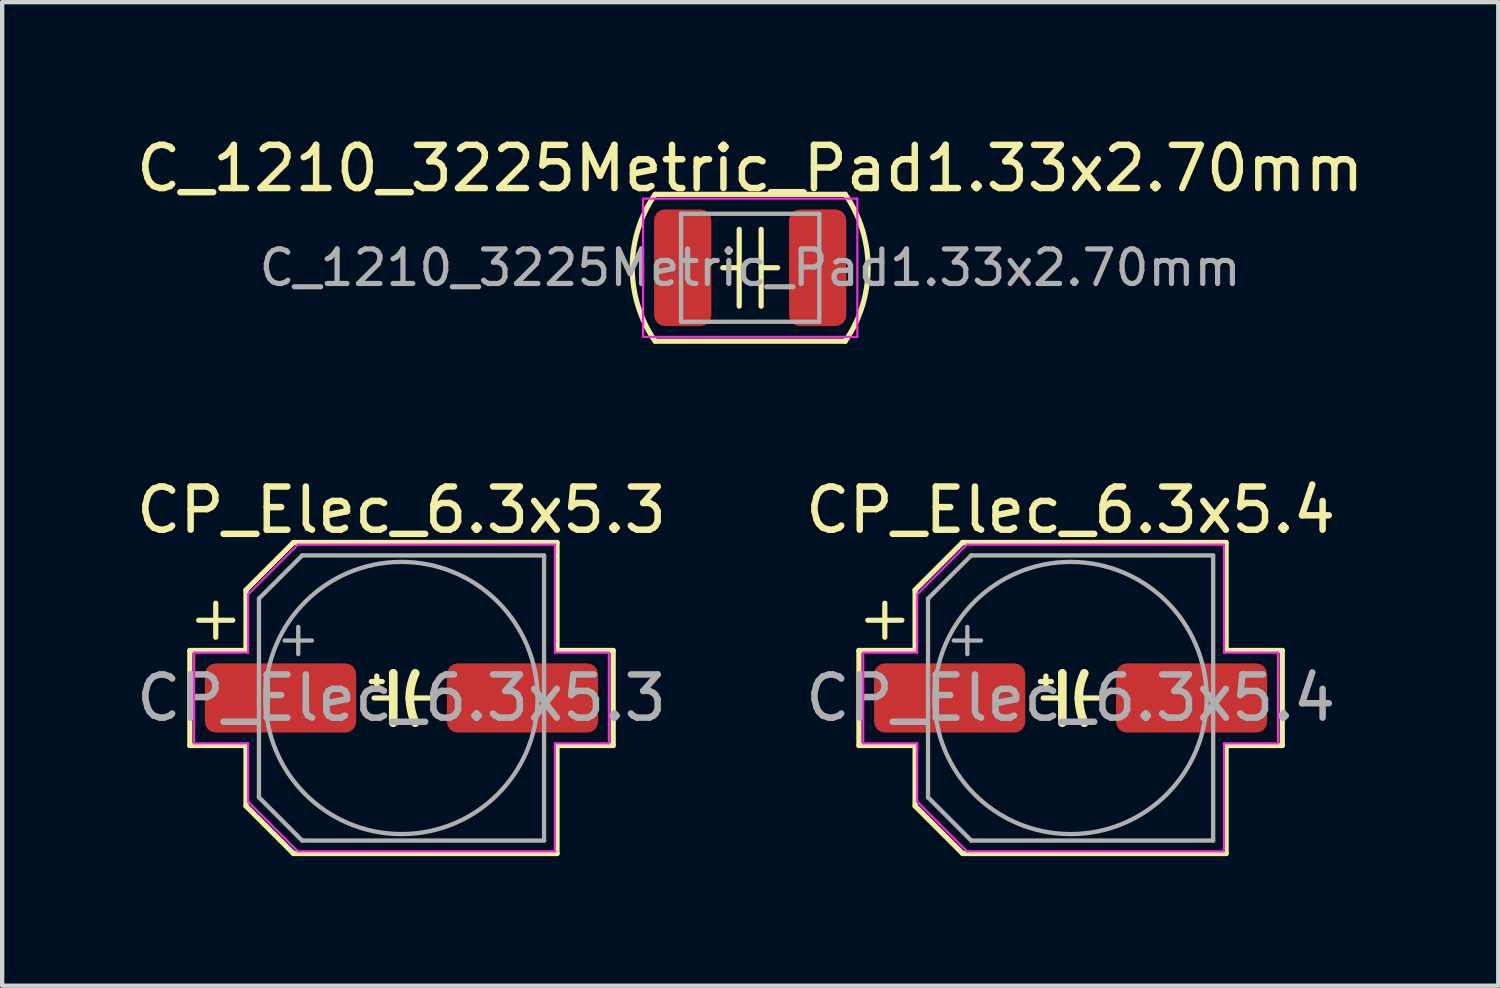
<source format=kicad_pcb>
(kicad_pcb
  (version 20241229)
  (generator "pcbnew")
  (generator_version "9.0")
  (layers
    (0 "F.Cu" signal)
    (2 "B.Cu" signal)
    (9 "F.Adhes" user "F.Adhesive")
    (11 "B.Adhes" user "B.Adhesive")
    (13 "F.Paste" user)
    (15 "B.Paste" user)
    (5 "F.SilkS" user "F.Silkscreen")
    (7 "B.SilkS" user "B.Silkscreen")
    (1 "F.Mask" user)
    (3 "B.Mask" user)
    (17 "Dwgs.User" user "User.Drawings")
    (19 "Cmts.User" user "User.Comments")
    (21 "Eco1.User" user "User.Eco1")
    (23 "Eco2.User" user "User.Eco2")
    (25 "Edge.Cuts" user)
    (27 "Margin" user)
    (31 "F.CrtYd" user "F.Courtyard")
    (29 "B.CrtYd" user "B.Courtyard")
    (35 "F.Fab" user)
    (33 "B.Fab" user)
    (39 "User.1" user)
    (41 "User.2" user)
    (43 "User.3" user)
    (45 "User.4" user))
  (footprint "CP_Elec_6.3x5.3"
    (layer "F.Cu")
    (at 6.244 13.107)
    (property "Reference" "CP_Elec_6.3x5.3" (at 0 -4.35 0) (layer "F.SilkS") (effects (font (size 1 1) (thickness 0.15))))
    (attr smd)
    (fp_line (start -4.9 -1.1) (end -4.9 1.1) (stroke (width 0.12) (type solid)) (layer "F.SilkS"))
    (fp_line (start -4.9 1.1) (end -3.6 1.1) (stroke (width 0.12) (type solid)) (layer "F.SilkS"))
    (fp_line (start -4.694 -1.8) (end -3.906 -1.8) (stroke (width 0.12) (type solid)) (layer "F.SilkS"))
    (fp_line (start -4.3 -2.194) (end -4.3 -1.406) (stroke (width 0.12) (type solid)) (layer "F.SilkS"))
    (fp_line (start -3.6 -2.5) (end -3.6 -1.1) (stroke (width 0.12) (type solid)) (layer "F.SilkS"))
    (fp_line (start -3.6 -1.1) (end -4.9 -1.1) (stroke (width 0.12) (type solid)) (layer "F.SilkS"))
    (fp_line (start -3.6 1.1) (end -3.6 2.5) (stroke (width 0.12) (type solid)) (layer "F.SilkS"))
    (fp_line (start -3.6 2.5) (end -2.5 3.6) (stroke (width 0.12) (type solid)) (layer "F.SilkS"))
    (fp_line (start -2.5 -3.6) (end -3.6 -2.5) (stroke (width 0.12) (type solid)) (layer "F.SilkS"))
    (fp_line (start -2.5 3.6) (end 3.6 3.6) (stroke (width 0.12) (type solid)) (layer "F.SilkS"))
    (fp_line (start -0.699 -0.381) (end -0.445 -0.381) (stroke (width 0.12) (type solid)) (layer "F.SilkS"))
    (fp_line (start -0.635 0) (end -0.191 0) (stroke (width 0.12) (type solid)) (layer "F.SilkS"))
    (fp_line (start -0.572 -0.508) (end -0.572 -0.254) (stroke (width 0.12) (type solid)) (layer "F.SilkS"))
    (fp_line (start -0.191 -0.572) (end -0.191 0.572) (stroke (width 0.2) (type solid)) (layer "F.SilkS"))
    (fp_line (start 0.635 0) (end 0.191 0) (stroke (width 0.12) (type solid)) (layer "F.SilkS"))
    (fp_line (start 3.6 -3.6) (end -2.5 -3.6) (stroke (width 0.12) (type solid)) (layer "F.SilkS"))
    (fp_line (start 3.6 -1.1) (end 3.6 -3.6) (stroke (width 0.12) (type solid)) (layer "F.SilkS"))
    (fp_line (start 3.6 1.1) (end 4.8 1.1) (stroke (width 0.12) (type solid)) (layer "F.SilkS"))
    (fp_line (start 3.6 3.6) (end 3.6 1.1) (stroke (width 0.12) (type solid)) (layer "F.SilkS"))
    (fp_line (start 4.8 1.1) (end 4.9 1.1) (stroke (width 0.12) (type solid)) (layer "F.SilkS"))
    (fp_line (start 4.9 -1.1) (end 3.6 -1.1) (stroke (width 0.12) (type solid)) (layer "F.SilkS"))
    (fp_line (start 4.9 1.1) (end 4.9 -1.1) (stroke (width 0.12) (type solid)) (layer "F.SilkS"))
    (fp_arc (start 0.1905 0) (mid 0.222579 -0.292732) (end 0.3175 -0.5715) (stroke (width 0.2) (type solid)) (layer "F.SilkS"))
    (fp_arc (start 0.3175 0.5715) (mid 0.226611 0.291836) (end 0.1905 0) (stroke (width 0.2) (type solid)) (layer "F.SilkS"))
    (fp_line (start -4.8 -1.05) (end -4.8 1.05) (stroke (width 0.05) (type solid)) (layer "F.CrtYd"))
    (fp_line (start -4.8 1.05) (end -3.55 1.05) (stroke (width 0.05) (type solid)) (layer "F.CrtYd"))
    (fp_line (start -3.55 -2.4) (end -3.55 -1.05) (stroke (width 0.05) (type solid)) (layer "F.CrtYd"))
    (fp_line (start -3.55 -2.4) (end -2.4 -3.55) (stroke (width 0.05) (type solid)) (layer "F.CrtYd"))
    (fp_line (start -3.55 -1.05) (end -4.8 -1.05) (stroke (width 0.05) (type solid)) (layer "F.CrtYd"))
    (fp_line (start -3.55 1.05) (end -3.55 2.4) (stroke (width 0.05) (type solid)) (layer "F.CrtYd"))
    (fp_line (start -3.55 2.4) (end -2.4 3.55) (stroke (width 0.05) (type solid)) (layer "F.CrtYd"))
    (fp_line (start -2.4 -3.55) (end 3.55 -3.55) (stroke (width 0.05) (type solid)) (layer "F.CrtYd"))
    (fp_line (start -2.4 3.55) (end 3.55 3.55) (stroke (width 0.05) (type solid)) (layer "F.CrtYd"))
    (fp_line (start 3.55 -3.55) (end 3.55 -1.05) (stroke (width 0.05) (type solid)) (layer "F.CrtYd"))
    (fp_line (start 3.55 -1.05) (end 4.8 -1.05) (stroke (width 0.05) (type solid)) (layer "F.CrtYd"))
    (fp_line (start 3.55 1.05) (end 3.55 3.55) (stroke (width 0.05) (type solid)) (layer "F.CrtYd"))
    (fp_line (start 4.8 -1.05) (end 4.8 1.05) (stroke (width 0.05) (type solid)) (layer "F.CrtYd"))
    (fp_line (start 4.8 1.05) (end 3.55 1.05) (stroke (width 0.05) (type solid)) (layer "F.CrtYd"))
    (fp_line (start -3.3 -2.3) (end -3.3 2.3) (stroke (width 0.1) (type solid)) (layer "F.Fab"))
    (fp_line (start -3.3 -2.3) (end -2.3 -3.3) (stroke (width 0.1) (type solid)) (layer "F.Fab"))
    (fp_line (start -3.3 2.3) (end -2.3 3.3) (stroke (width 0.1) (type solid)) (layer "F.Fab"))
    (fp_line (start -2.705 -1.33) (end -2.075 -1.33) (stroke (width 0.1) (type solid)) (layer "F.Fab"))
    (fp_line (start -2.39 -1.645) (end -2.39 -1.015) (stroke (width 0.1) (type solid)) (layer "F.Fab"))
    (fp_line (start -2.3 -3.3) (end 3.3 -3.3) (stroke (width 0.1) (type solid)) (layer "F.Fab"))
    (fp_line (start -2.3 3.3) (end 3.3 3.3) (stroke (width 0.1) (type solid)) (layer "F.Fab"))
    (fp_line (start 3.3 -3.3) (end 3.3 3.3) (stroke (width 0.1) (type solid)) (layer "F.Fab"))
    (fp_circle (center 0 0) (end 3.15 0) (stroke (width 0.1) (type solid)) (fill no) (layer "F.Fab"))
    (fp_text user "${REFERENCE}" (at 0 0 0) (layer "F.Fab") (effects (font (size 1 1) (thickness 0.15))))
    (pad "1" smd roundrect (at -2.8 0) (size 3.5 1.6) (layers "F.Cu" "F.Mask" "F.Paste") (roundrect_rratio 0.156))
    (pad "2" smd roundrect (at 2.8 0) (size 3.5 1.6) (layers "F.Cu" "F.Mask" "F.Paste") (roundrect_rratio 0.156)))
  (footprint "C_1210_3225Metric_Pad1.33x2.70mm"
    (layer "F.Cu")
    (at 14.315 3.148)
    (property "Reference" "C_1210_3225Metric_Pad1.33x2.70mm" (at 0 -2.3 0) (layer "F.SilkS") (effects (font (size 1 1) (thickness 0.15))))
    (attr smd)
    (fp_line (start -2.2 1.7) (end 2.2 1.7) (stroke (width 0.12) (type solid)) (layer "F.SilkS"))
    (fp_line (start -0.254 -0.889) (end -0.254 0) (stroke (width 0.12) (type solid)) (layer "F.SilkS"))
    (fp_line (start -0.254 0) (end -0.635 0) (stroke (width 0.12) (type solid)) (layer "F.SilkS"))
    (fp_line (start -0.254 0) (end -0.254 0.889) (stroke (width 0.12) (type solid)) (layer "F.SilkS"))
    (fp_line (start 0.254 -0.889) (end 0.254 0.889) (stroke (width 0.12) (type solid)) (layer "F.SilkS"))
    (fp_line (start 0.254 0) (end 0.635 0) (stroke (width 0.12) (type solid)) (layer "F.SilkS"))
    (fp_line (start 2.2 -1.7) (end -2.2 -1.7) (stroke (width 0.12) (type solid)) (layer "F.SilkS"))
    (fp_arc (start -2.2 1.7) (mid -2.729833 0) (end -2.2 -1.7) (stroke (width 0.12) (type solid)) (layer "F.SilkS"))
    (fp_arc (start 2.2 -1.7) (mid 2.729833 0) (end 2.2 1.7) (stroke (width 0.12) (type solid)) (layer "F.SilkS"))
    (fp_line (start -2.48 -1.6) (end 2.48 -1.6) (stroke (width 0.05) (type solid)) (layer "F.CrtYd"))
    (fp_line (start -2.48 1.6) (end -2.48 -1.6) (stroke (width 0.05) (type solid)) (layer "F.CrtYd"))
    (fp_line (start 2.48 -1.6) (end 2.48 1.6) (stroke (width 0.05) (type solid)) (layer "F.CrtYd"))
    (fp_line (start 2.48 1.6) (end -2.48 1.6) (stroke (width 0.05) (type solid)) (layer "F.CrtYd"))
    (fp_line (start -1.6 -1.25) (end 1.6 -1.25) (stroke (width 0.1) (type solid)) (layer "F.Fab"))
    (fp_line (start -1.6 1.25) (end -1.6 -1.25) (stroke (width 0.1) (type solid)) (layer "F.Fab"))
    (fp_line (start 1.6 -1.25) (end 1.6 1.25) (stroke (width 0.1) (type solid)) (layer "F.Fab"))
    (fp_line (start 1.6 1.25) (end -1.6 1.25) (stroke (width 0.1) (type solid)) (layer "F.Fab"))
    (fp_text user "${REFERENCE}" (at 0 0 0) (layer "F.Fab") (effects (font (size 0.8 0.8) (thickness 0.12))))
    (pad "1" smd roundrect (at -1.562 0) (size 1.325 2.7) (layers "F.Cu" "F.Mask" "F.Paste") (roundrect_rratio 0.189))
    (pad "2" smd roundrect (at 1.562 0) (size 1.325 2.7) (layers "F.Cu" "F.Mask" "F.Paste") (roundrect_rratio 0.189)))
  (footprint "CP_Elec_6.3x5.4"
    (layer "F.Cu")
    (at 21.732 13.107)
    (property "Reference" "CP_Elec_6.3x5.4" (at 0 -4.35 0) (layer "F.SilkS") (effects (font (size 1 1) (thickness 0.15))))
    (attr smd)
    (fp_line (start -4.9 -1.1) (end -4.9 1.1) (stroke (width 0.12) (type solid)) (layer "F.SilkS"))
    (fp_line (start -4.9 1.1) (end -3.6 1.1) (stroke (width 0.12) (type solid)) (layer "F.SilkS"))
    (fp_line (start -4.694 -1.8) (end -3.906 -1.8) (stroke (width 0.12) (type solid)) (layer "F.SilkS"))
    (fp_line (start -4.3 -2.194) (end -4.3 -1.406) (stroke (width 0.12) (type solid)) (layer "F.SilkS"))
    (fp_line (start -3.6 -2.5) (end -3.6 -1.1) (stroke (width 0.12) (type solid)) (layer "F.SilkS"))
    (fp_line (start -3.6 -1.1) (end -4.9 -1.1) (stroke (width 0.12) (type solid)) (layer "F.SilkS"))
    (fp_line (start -3.6 1.1) (end -3.6 2.5) (stroke (width 0.12) (type solid)) (layer "F.SilkS"))
    (fp_line (start -3.6 2.5) (end -2.5 3.6) (stroke (width 0.12) (type solid)) (layer "F.SilkS"))
    (fp_line (start -2.5 -3.6) (end -3.6 -2.5) (stroke (width 0.12) (type solid)) (layer "F.SilkS"))
    (fp_line (start -2.5 3.6) (end 3.6 3.6) (stroke (width 0.12) (type solid)) (layer "F.SilkS"))
    (fp_line (start -0.699 -0.381) (end -0.445 -0.381) (stroke (width 0.12) (type solid)) (layer "F.SilkS"))
    (fp_line (start -0.635 0) (end -0.191 0) (stroke (width 0.12) (type solid)) (layer "F.SilkS"))
    (fp_line (start -0.572 -0.508) (end -0.572 -0.254) (stroke (width 0.12) (type solid)) (layer "F.SilkS"))
    (fp_line (start -0.191 -0.572) (end -0.191 0.572) (stroke (width 0.2) (type solid)) (layer "F.SilkS"))
    (fp_line (start 0.635 0) (end 0.191 0) (stroke (width 0.12) (type solid)) (layer "F.SilkS"))
    (fp_line (start 3.6 -3.6) (end -2.5 -3.6) (stroke (width 0.12) (type solid)) (layer "F.SilkS"))
    (fp_line (start 3.6 -1.1) (end 3.6 -3.6) (stroke (width 0.12) (type solid)) (layer "F.SilkS"))
    (fp_line (start 3.6 1.1) (end 4.9 1.1) (stroke (width 0.12) (type solid)) (layer "F.SilkS"))
    (fp_line (start 3.6 3.6) (end 3.6 1.1) (stroke (width 0.12) (type solid)) (layer "F.SilkS"))
    (fp_line (start 4.9 -1.1) (end 3.6 -1.1) (stroke (width 0.12) (type solid)) (layer "F.SilkS"))
    (fp_line (start 4.9 1.1) (end 4.9 -1.1) (stroke (width 0.12) (type solid)) (layer "F.SilkS"))
    (fp_arc (start 0.1905 0) (mid 0.222579 -0.292732) (end 0.3175 -0.5715) (stroke (width 0.2) (type solid)) (layer "F.SilkS"))
    (fp_arc (start 0.3175 0.5715) (mid 0.226611 0.291836) (end 0.1905 0) (stroke (width 0.2) (type solid)) (layer "F.SilkS"))
    (fp_line (start -4.8 -1.05) (end -4.8 1.05) (stroke (width 0.05) (type solid)) (layer "F.CrtYd"))
    (fp_line (start -4.8 1.05) (end -3.55 1.05) (stroke (width 0.05) (type solid)) (layer "F.CrtYd"))
    (fp_line (start -3.55 -2.4) (end -3.55 -1.05) (stroke (width 0.05) (type solid)) (layer "F.CrtYd"))
    (fp_line (start -3.55 -2.4) (end -2.4 -3.55) (stroke (width 0.05) (type solid)) (layer "F.CrtYd"))
    (fp_line (start -3.55 -1.05) (end -4.8 -1.05) (stroke (width 0.05) (type solid)) (layer "F.CrtYd"))
    (fp_line (start -3.55 1.05) (end -3.55 2.4) (stroke (width 0.05) (type solid)) (layer "F.CrtYd"))
    (fp_line (start -3.55 2.4) (end -2.4 3.55) (stroke (width 0.05) (type solid)) (layer "F.CrtYd"))
    (fp_line (start -2.4 -3.55) (end 3.55 -3.55) (stroke (width 0.05) (type solid)) (layer "F.CrtYd"))
    (fp_line (start -2.4 3.55) (end 3.55 3.55) (stroke (width 0.05) (type solid)) (layer "F.CrtYd"))
    (fp_line (start 3.55 -3.55) (end 3.55 -1.05) (stroke (width 0.05) (type solid)) (layer "F.CrtYd"))
    (fp_line (start 3.55 -1.05) (end 4.8 -1.05) (stroke (width 0.05) (type solid)) (layer "F.CrtYd"))
    (fp_line (start 3.55 1.05) (end 3.55 3.55) (stroke (width 0.05) (type solid)) (layer "F.CrtYd"))
    (fp_line (start 4.8 -1.05) (end 4.8 1.05) (stroke (width 0.05) (type solid)) (layer "F.CrtYd"))
    (fp_line (start 4.8 1.05) (end 3.55 1.05) (stroke (width 0.05) (type solid)) (layer "F.CrtYd"))
    (fp_line (start -3.3 -2.3) (end -3.3 2.3) (stroke (width 0.1) (type solid)) (layer "F.Fab"))
    (fp_line (start -3.3 -2.3) (end -2.3 -3.3) (stroke (width 0.1) (type solid)) (layer "F.Fab"))
    (fp_line (start -3.3 2.3) (end -2.3 3.3) (stroke (width 0.1) (type solid)) (layer "F.Fab"))
    (fp_line (start -2.705 -1.33) (end -2.075 -1.33) (stroke (width 0.1) (type solid)) (layer "F.Fab"))
    (fp_line (start -2.39 -1.645) (end -2.39 -1.015) (stroke (width 0.1) (type solid)) (layer "F.Fab"))
    (fp_line (start -2.3 -3.3) (end 3.3 -3.3) (stroke (width 0.1) (type solid)) (layer "F.Fab"))
    (fp_line (start -2.3 3.3) (end 3.3 3.3) (stroke (width 0.1) (type solid)) (layer "F.Fab"))
    (fp_line (start 3.3 -3.3) (end 3.3 3.3) (stroke (width 0.1) (type solid)) (layer "F.Fab"))
    (fp_circle (center 0 0) (end 3.15 0) (stroke (width 0.1) (type solid)) (fill no) (layer "F.Fab"))
    (fp_text user "${REFERENCE}" (at 0 0 0) (layer "F.Fab") (effects (font (size 1 1) (thickness 0.15))))
    (pad "1" smd roundrect (at -2.8 0) (size 3.5 1.6) (layers "F.Cu" "F.Mask" "F.Paste") (roundrect_rratio 0.156))
    (pad "2" smd roundrect (at 2.8 0) (size 3.5 1.6) (layers "F.Cu" "F.Mask" "F.Paste") (roundrect_rratio 0.156)))
  (gr_rect
    (start -3 -3)
    (end 31.631 19.767)
    (stroke (width 0.1) (type default))
    (fill no)
    (layer "Edge.Cuts")))
</source>
